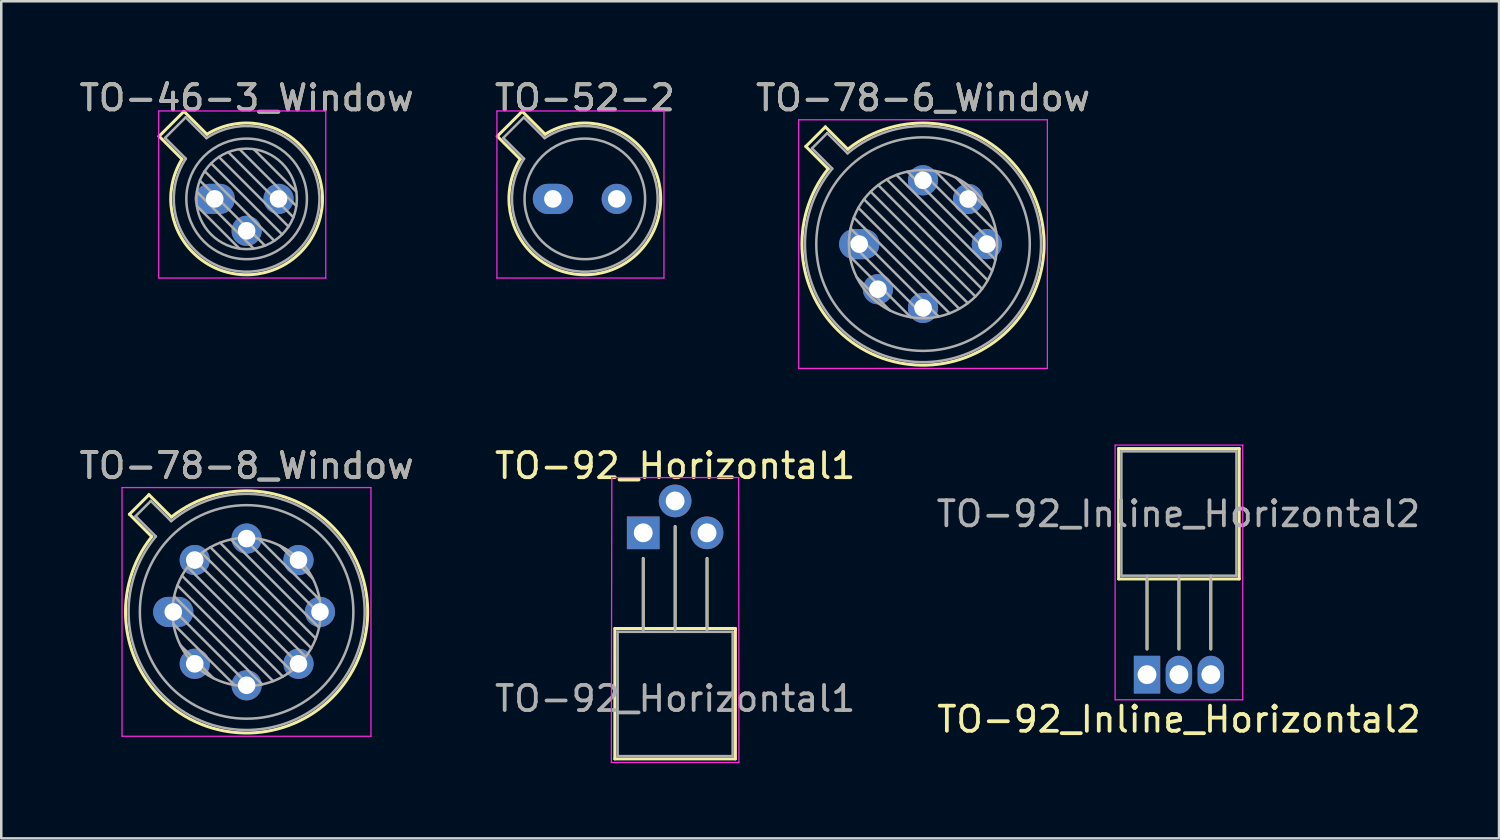
<source format=kicad_pcb>
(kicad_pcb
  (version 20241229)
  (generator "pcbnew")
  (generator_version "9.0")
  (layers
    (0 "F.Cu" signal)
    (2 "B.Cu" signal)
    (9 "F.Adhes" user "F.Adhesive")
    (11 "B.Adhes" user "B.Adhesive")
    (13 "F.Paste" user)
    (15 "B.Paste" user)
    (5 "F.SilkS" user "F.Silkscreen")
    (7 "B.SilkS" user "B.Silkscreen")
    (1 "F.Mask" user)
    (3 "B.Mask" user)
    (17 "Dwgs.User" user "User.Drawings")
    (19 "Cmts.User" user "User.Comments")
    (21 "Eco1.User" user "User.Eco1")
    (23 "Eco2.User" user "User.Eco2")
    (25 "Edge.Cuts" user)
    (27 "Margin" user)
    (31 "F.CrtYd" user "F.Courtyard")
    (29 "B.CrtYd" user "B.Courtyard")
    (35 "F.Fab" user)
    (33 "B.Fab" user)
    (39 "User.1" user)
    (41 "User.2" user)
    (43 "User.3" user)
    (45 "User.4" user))
  (footprint "TO-78-8_Window"
    (layer "F.Cu")
    (at 3.848 21.311)
    (property "Reference" "TO-78-8_Window" (at 2.92 -5.82 0) (layer "F.SilkS") (effects (font (size 1 1) (thickness 0.15))))
    (attr through_hole)
    (fp_line (start -1.746 -3.888) (end -0.855 -2.997) (stroke (width 0.12) (type solid)) (layer "F.SilkS"))
    (fp_line (start -0.968 -4.666) (end -1.746 -3.888) (stroke (width 0.12) (type solid)) (layer "F.SilkS"))
    (fp_line (start -0.077 -3.775) (end -0.968 -4.666) (stroke (width 0.12) (type solid)) (layer "F.SilkS"))
    (fp_arc (start -0.077084 -3.774902) (mid 6.328125 3.408384) (end -0.854674 -2.997371) (stroke (width 0.12) (type solid)) (layer "F.SilkS"))
    (fp_line (start -2.04 -4.95) (end -2.04 4.95) (stroke (width 0.05) (type solid)) (layer "F.CrtYd"))
    (fp_line (start -2.04 4.95) (end 7.87 4.95) (stroke (width 0.05) (type solid)) (layer "F.CrtYd"))
    (fp_line (start 7.87 -4.95) (end -2.04 -4.95) (stroke (width 0.05) (type solid)) (layer "F.CrtYd"))
    (fp_line (start 7.87 4.95) (end 7.87 -4.95) (stroke (width 0.05) (type solid)) (layer "F.CrtYd"))
    (fp_line (start -1.5 -3.812) (end -0.694 -3.005) (stroke (width 0.1) (type solid)) (layer "F.Fab"))
    (fp_line (start -0.892 -4.42) (end -1.5 -3.812) (stroke (width 0.1) (type solid)) (layer "F.Fab"))
    (fp_line (start -0.085 -3.614) (end -0.892 -4.42) (stroke (width 0.1) (type solid)) (layer "F.Fab"))
    (fp_line (start -0.028 -0.12) (end 3.04 2.948) (stroke (width 0.1) (type solid)) (layer "F.Fab"))
    (fp_line (start 0.009 0.485) (end 2.435 2.911) (stroke (width 0.1) (type solid)) (layer "F.Fab"))
    (fp_line (start 0.036 -0.622) (end 3.542 2.884) (stroke (width 0.1) (type solid)) (layer "F.Fab"))
    (fp_line (start 0.165 -1.058) (end 3.978 2.755) (stroke (width 0.1) (type solid)) (layer "F.Fab"))
    (fp_line (start 0.283 1.324) (end 1.596 2.637) (stroke (width 0.1) (type solid)) (layer "F.Fab"))
    (fp_line (start 0.346 -1.443) (end 4.363 2.574) (stroke (width 0.1) (type solid)) (layer "F.Fab"))
    (fp_line (start 0.57 -1.784) (end 4.704 2.35) (stroke (width 0.1) (type solid)) (layer "F.Fab"))
    (fp_line (start 0.834 -2.086) (end 5.006 2.086) (stroke (width 0.1) (type solid)) (layer "F.Fab"))
    (fp_line (start 1.136 -2.35) (end 5.27 1.784) (stroke (width 0.1) (type solid)) (layer "F.Fab"))
    (fp_line (start 1.477 -2.574) (end 5.494 1.443) (stroke (width 0.1) (type solid)) (layer "F.Fab"))
    (fp_line (start 1.862 -2.755) (end 5.675 1.058) (stroke (width 0.1) (type solid)) (layer "F.Fab"))
    (fp_line (start 2.298 -2.884) (end 5.804 0.622) (stroke (width 0.1) (type solid)) (layer "F.Fab"))
    (fp_line (start 2.8 -2.948) (end 5.868 0.12) (stroke (width 0.1) (type solid)) (layer "F.Fab"))
    (fp_line (start 3.405 -2.911) (end 5.831 -0.485) (stroke (width 0.1) (type solid)) (layer "F.Fab"))
    (fp_line (start 4.244 -2.637) (end 5.557 -1.324) (stroke (width 0.1) (type solid)) (layer "F.Fab"))
    (fp_arc (start -0.085408 -3.61352) (mid 6.243443 3.323361) (end -0.693594 -3.005319) (stroke (width 0.1) (type solid)) (layer "F.Fab"))
    (fp_circle (center 2.92 0) (end 5.87 0) (stroke (width 0.1) (type solid)) (fill no) (layer "F.Fab"))
    (fp_circle (center 2.92 0) (end 7.17 0) (stroke (width 0.1) (type solid)) (fill no) (layer "F.Fab"))
    (fp_text user "${REFERENCE}" (at 2.92 -5.82 0) (layer "F.Fab") (effects (font (size 1 1) (thickness 0.15))))
    (pad "1" thru_hole oval (at 0 0) (size 1.6 1.2) (drill 0.7) (layers "*.Cu" "*.Mask"))
    (pad "2" thru_hole oval (at 0.855 2.065) (size 1.2 1.2) (drill 0.7) (layers "*.Cu" "*.Mask"))
    (pad "3" thru_hole oval (at 2.92 2.92) (size 1.2 1.2) (drill 0.7) (layers "*.Cu" "*.Mask"))
    (pad "4" thru_hole oval (at 4.985 2.065) (size 1.2 1.2) (drill 0.7) (layers "*.Cu" "*.Mask"))
    (pad "5" thru_hole oval (at 5.84 0) (size 1.2 1.2) (drill 0.7) (layers "*.Cu" "*.Mask"))
    (pad "6" thru_hole oval (at 4.985 -2.065) (size 1.2 1.2) (drill 0.7) (layers "*.Cu" "*.Mask"))
    (pad "7" thru_hole oval (at 2.92 -2.92) (size 1.2 1.2) (drill 0.7) (layers "*.Cu" "*.Mask"))
    (pad "8" thru_hole oval (at 0.855 -2.065) (size 1.2 1.2) (drill 0.7) (layers "*.Cu" "*.Mask")))
  (footprint "TO-52-2"
    (layer "F.Cu")
    (at 18.962 4.868)
    (property "Reference" "TO-52-2" (at 1.27 -4.02 0) (layer "F.SilkS") (effects (font (size 1 1) (thickness 0.15))))
    (attr through_hole)
    (fp_line (start -2.214 -2.494) (end -1.302 -1.582) (stroke (width 0.12) (type solid)) (layer "F.SilkS"))
    (fp_line (start -1.224 -3.484) (end -2.214 -2.494) (stroke (width 0.12) (type solid)) (layer "F.SilkS"))
    (fp_line (start -0.312 -2.572) (end -1.224 -3.484) (stroke (width 0.12) (type solid)) (layer "F.SilkS"))
    (fp_arc (start -0.312331 -2.572281) (mid 3.405374 2.135551) (end -1.30215 -1.582544) (stroke (width 0.12) (type solid)) (layer "F.SilkS"))
    (fp_line (start -2.23 -3.5) (end -2.23 3.15) (stroke (width 0.05) (type solid)) (layer "F.CrtYd"))
    (fp_line (start -2.23 3.15) (end 4.42 3.15) (stroke (width 0.05) (type solid)) (layer "F.CrtYd"))
    (fp_line (start 4.42 -3.5) (end -2.23 -3.5) (stroke (width 0.05) (type solid)) (layer "F.CrtYd"))
    (fp_line (start 4.42 3.15) (end 4.42 -3.5) (stroke (width 0.05) (type solid)) (layer "F.CrtYd"))
    (fp_line (start -1.977 -2.426) (end -1.149 -1.599) (stroke (width 0.1) (type solid)) (layer "F.Fab"))
    (fp_line (start -1.156 -3.247) (end -1.977 -2.426) (stroke (width 0.1) (type solid)) (layer "F.Fab"))
    (fp_line (start -0.329 -2.419) (end -1.156 -3.247) (stroke (width 0.1) (type solid)) (layer "F.Fab"))
    (fp_arc (start -0.329057 -2.419301) (mid 3.321076 2.050143) (end -1.150029 -1.597956) (stroke (width 0.1) (type solid)) (layer "F.Fab"))
    (fp_circle (center 1.27 0) (end 3.67 0) (stroke (width 0.1) (type solid)) (fill no) (layer "F.Fab"))
    (fp_text user "${REFERENCE}" (at 1.27 -4.02 0) (layer "F.Fab") (effects (font (size 1 1) (thickness 0.15))))
    (pad "1" thru_hole oval (at 0 0) (size 1.6 1.2) (drill 0.7) (layers "*.Cu" "*.Mask"))
    (pad "2" thru_hole oval (at 2.54 0) (size 1.2 1.2) (drill 0.7) (layers "*.Cu" "*.Mask")))
  (footprint "TO-78-6_Window"
    (layer "F.Cu")
    (at 31.156 6.668)
    (property "Reference" "TO-78-6_Window" (at 2.54 -5.82 0) (layer "F.SilkS") (effects (font (size 1 1) (thickness 0.15))))
    (attr through_hole)
    (fp_line (start -2.126 -3.888) (end -1.235 -2.997) (stroke (width 0.12) (type solid)) (layer "F.SilkS"))
    (fp_line (start -1.348 -4.666) (end -2.126 -3.888) (stroke (width 0.12) (type solid)) (layer "F.SilkS"))
    (fp_line (start -0.457 -3.775) (end -1.348 -4.666) (stroke (width 0.12) (type solid)) (layer "F.SilkS"))
    (fp_arc (start -0.457084 -3.774902) (mid 5.948125 3.408384) (end -1.234674 -2.997371) (stroke (width 0.12) (type solid)) (layer "F.SilkS"))
    (fp_line (start -2.41 -4.95) (end -2.41 4.95) (stroke (width 0.05) (type solid)) (layer "F.CrtYd"))
    (fp_line (start -2.41 4.95) (end 7.49 4.95) (stroke (width 0.05) (type solid)) (layer "F.CrtYd"))
    (fp_line (start 7.49 -4.95) (end -2.41 -4.95) (stroke (width 0.05) (type solid)) (layer "F.CrtYd"))
    (fp_line (start 7.49 4.95) (end 7.49 -4.95) (stroke (width 0.05) (type solid)) (layer "F.CrtYd"))
    (fp_line (start -1.88 -3.812) (end -1.074 -3.005) (stroke (width 0.1) (type solid)) (layer "F.Fab"))
    (fp_line (start -1.272 -4.42) (end -1.88 -3.812) (stroke (width 0.1) (type solid)) (layer "F.Fab"))
    (fp_line (start -0.465 -3.614) (end -1.272 -4.42) (stroke (width 0.1) (type solid)) (layer "F.Fab"))
    (fp_line (start -0.408 -0.12) (end 2.66 2.948) (stroke (width 0.1) (type solid)) (layer "F.Fab"))
    (fp_line (start -0.371 0.485) (end 2.055 2.911) (stroke (width 0.1) (type solid)) (layer "F.Fab"))
    (fp_line (start -0.344 -0.622) (end 3.162 2.884) (stroke (width 0.1) (type solid)) (layer "F.Fab"))
    (fp_line (start -0.215 -1.058) (end 3.598 2.755) (stroke (width 0.1) (type solid)) (layer "F.Fab"))
    (fp_line (start -0.097 1.324) (end 1.216 2.637) (stroke (width 0.1) (type solid)) (layer "F.Fab"))
    (fp_line (start -0.034 -1.443) (end 3.983 2.574) (stroke (width 0.1) (type solid)) (layer "F.Fab"))
    (fp_line (start 0.19 -1.784) (end 4.324 2.35) (stroke (width 0.1) (type solid)) (layer "F.Fab"))
    (fp_line (start 0.454 -2.086) (end 4.626 2.086) (stroke (width 0.1) (type solid)) (layer "F.Fab"))
    (fp_line (start 0.756 -2.35) (end 4.89 1.784) (stroke (width 0.1) (type solid)) (layer "F.Fab"))
    (fp_line (start 1.097 -2.574) (end 5.114 1.443) (stroke (width 0.1) (type solid)) (layer "F.Fab"))
    (fp_line (start 1.482 -2.755) (end 5.295 1.058) (stroke (width 0.1) (type solid)) (layer "F.Fab"))
    (fp_line (start 1.918 -2.884) (end 5.424 0.622) (stroke (width 0.1) (type solid)) (layer "F.Fab"))
    (fp_line (start 2.42 -2.948) (end 5.488 0.12) (stroke (width 0.1) (type solid)) (layer "F.Fab"))
    (fp_line (start 3.025 -2.911) (end 5.451 -0.485) (stroke (width 0.1) (type solid)) (layer "F.Fab"))
    (fp_line (start 3.864 -2.637) (end 5.177 -1.324) (stroke (width 0.1) (type solid)) (layer "F.Fab"))
    (fp_arc (start -0.465408 -3.61352) (mid 5.863443 3.323361) (end -1.073594 -3.005319) (stroke (width 0.1) (type solid)) (layer "F.Fab"))
    (fp_circle (center 2.54 0) (end 5.49 0) (stroke (width 0.1) (type solid)) (fill no) (layer "F.Fab"))
    (fp_circle (center 2.54 0) (end 6.79 0) (stroke (width 0.1) (type solid)) (fill no) (layer "F.Fab"))
    (fp_text user "${REFERENCE}" (at 2.54 -5.82 0) (layer "F.Fab") (effects (font (size 1 1) (thickness 0.15))))
    (pad "1" thru_hole oval (at 0 0) (size 1.6 1.2) (drill 0.7) (layers "*.Cu" "*.Mask"))
    (pad "2" thru_hole oval (at 0.744 1.796) (size 1.2 1.2) (drill 0.7) (layers "*.Cu" "*.Mask"))
    (pad "3" thru_hole oval (at 2.54 2.54) (size 1.2 1.2) (drill 0.7) (layers "*.Cu" "*.Mask"))
    (pad "4" thru_hole oval (at 5.08 0) (size 1.2 1.2) (drill 0.7) (layers "*.Cu" "*.Mask"))
    (pad "5" thru_hole oval (at 4.336 -1.796) (size 1.2 1.2) (drill 0.7) (layers "*.Cu" "*.Mask"))
    (pad "6" thru_hole oval (at 2.54 -2.54) (size 1.2 1.2) (drill 0.7) (layers "*.Cu" "*.Mask")))
  (footprint "TO-46-3_Window"
    (layer "F.Cu")
    (at 5.498 4.868)
    (property "Reference" "TO-46-3_Window" (at 1.27 -4.02 0) (layer "F.SilkS") (effects (font (size 1 1) (thickness 0.15))))
    (attr through_hole)
    (fp_line (start -2.214 -2.494) (end -1.302 -1.582) (stroke (width 0.12) (type solid)) (layer "F.SilkS"))
    (fp_line (start -1.224 -3.484) (end -2.214 -2.494) (stroke (width 0.12) (type solid)) (layer "F.SilkS"))
    (fp_line (start -0.312 -2.572) (end -1.224 -3.484) (stroke (width 0.12) (type solid)) (layer "F.SilkS"))
    (fp_arc (start -0.312331 -2.572281) (mid 3.405374 2.135551) (end -1.30215 -1.582544) (stroke (width 0.12) (type solid)) (layer "F.SilkS"))
    (fp_line (start -2.23 -3.5) (end -2.23 3.15) (stroke (width 0.05) (type solid)) (layer "F.CrtYd"))
    (fp_line (start -2.23 3.15) (end 4.42 3.15) (stroke (width 0.05) (type solid)) (layer "F.CrtYd"))
    (fp_line (start 4.42 -3.5) (end -2.23 -3.5) (stroke (width 0.05) (type solid)) (layer "F.CrtYd"))
    (fp_line (start 4.42 3.15) (end 4.42 -3.5) (stroke (width 0.05) (type solid)) (layer "F.CrtYd"))
    (fp_line (start -1.977 -2.426) (end -1.149 -1.599) (stroke (width 0.1) (type solid)) (layer "F.Fab"))
    (fp_line (start -1.156 -3.247) (end -1.977 -2.426) (stroke (width 0.1) (type solid)) (layer "F.Fab"))
    (fp_line (start -0.71 -0.283) (end 1.553 1.98) (stroke (width 0.1) (type solid)) (layer "F.Fab"))
    (fp_line (start -0.71 0.283) (end 0.987 1.98) (stroke (width 0.1) (type solid)) (layer "F.Fab"))
    (fp_line (start -0.592 -0.731) (end 2.001 1.862) (stroke (width 0.1) (type solid)) (layer "F.Fab"))
    (fp_line (start -0.399 -1.103) (end 2.373 1.669) (stroke (width 0.1) (type solid)) (layer "F.Fab"))
    (fp_line (start -0.329 -2.419) (end -1.156 -3.247) (stroke (width 0.1) (type solid)) (layer "F.Fab"))
    (fp_line (start -0.145 -1.415) (end 2.685 1.415) (stroke (width 0.1) (type solid)) (layer "F.Fab"))
    (fp_line (start 0.167 -1.669) (end 2.939 1.103) (stroke (width 0.1) (type solid)) (layer "F.Fab"))
    (fp_line (start 0.539 -1.862) (end 3.132 0.731) (stroke (width 0.1) (type solid)) (layer "F.Fab"))
    (fp_line (start 0.987 -1.98) (end 3.25 0.283) (stroke (width 0.1) (type solid)) (layer "F.Fab"))
    (fp_line (start 1.553 -1.98) (end 3.25 -0.283) (stroke (width 0.1) (type solid)) (layer "F.Fab"))
    (fp_arc (start -0.329057 -2.419301) (mid 3.321076 2.050143) (end -1.150029 -1.597956) (stroke (width 0.1) (type solid)) (layer "F.Fab"))
    (fp_circle (center 1.27 0) (end 3.27 0) (stroke (width 0.1) (type solid)) (fill no) (layer "F.Fab"))
    (fp_circle (center 1.27 0) (end 3.67 0) (stroke (width 0.1) (type solid)) (fill no) (layer "F.Fab"))
    (fp_text user "${REFERENCE}" (at 1.27 -4.02 0) (layer "F.Fab") (effects (font (size 1 1) (thickness 0.15))))
    (pad "1" thru_hole oval (at 0 0) (size 1.6 1.2) (drill 0.7) (layers "*.Cu" "*.Mask"))
    (pad "2" thru_hole oval (at 1.27 1.27) (size 1.2 1.2) (drill 0.7) (layers "*.Cu" "*.Mask"))
    (pad "3" thru_hole oval (at 2.54 0) (size 1.2 1.2) (drill 0.7) (layers "*.Cu" "*.Mask")))
  (footprint "TO-92_Horizontal1"
    (layer "F.Cu")
    (at 22.557 18.162)
    (property "Reference" "TO-92_Horizontal1" (at 1.27 -2.67 0) (layer "F.SilkS") (effects (font (size 1 1) (thickness 0.15))))
    (attr through_hole)
    (fp_line (start -1.13 3.81) (end 3.67 3.81) (stroke (width 0.12) (type solid)) (layer "F.SilkS"))
    (fp_line (start -1.13 9) (end -1.13 3.81) (stroke (width 0.12) (type solid)) (layer "F.SilkS"))
    (fp_line (start 0 1.02) (end 0 3.81) (stroke (width 0.12) (type solid)) (layer "F.SilkS"))
    (fp_line (start 1.27 -0.25) (end 1.27 3.81) (stroke (width 0.12) (type solid)) (layer "F.SilkS"))
    (fp_line (start 2.54 1.02) (end 2.54 3.81) (stroke (width 0.12) (type solid)) (layer "F.SilkS"))
    (fp_line (start 3.67 3.81) (end 3.67 9) (stroke (width 0.12) (type solid)) (layer "F.SilkS"))
    (fp_line (start 3.67 9) (end -1.13 9) (stroke (width 0.12) (type solid)) (layer "F.SilkS"))
    (fp_line (start -1.25 -2.2) (end -1.27 9.14) (stroke (width 0.05) (type solid)) (layer "F.CrtYd"))
    (fp_line (start -1.25 -2.2) (end 3.8 -2.2) (stroke (width 0.05) (type solid)) (layer "F.CrtYd"))
    (fp_line (start 3.81 9.14) (end -1.27 9.14) (stroke (width 0.05) (type solid)) (layer "F.CrtYd"))
    (fp_line (start 3.81 9.14) (end 3.8 -2.2) (stroke (width 0.05) (type solid)) (layer "F.CrtYd"))
    (fp_line (start -1.02 3.94) (end 3.56 3.94) (stroke (width 0.1) (type solid)) (layer "F.Fab"))
    (fp_line (start -1.02 8.89) (end -1.02 3.94) (stroke (width 0.1) (type solid)) (layer "F.Fab"))
    (fp_line (start 0 3.94) (end 0 1.02) (stroke (width 0.1) (type solid)) (layer "F.Fab"))
    (fp_line (start 1.27 3.94) (end 1.27 -0.25) (stroke (width 0.1) (type solid)) (layer "F.Fab"))
    (fp_line (start 2.54 3.94) (end 2.54 1.02) (stroke (width 0.1) (type solid)) (layer "F.Fab"))
    (fp_line (start 3.56 3.94) (end 3.56 8.89) (stroke (width 0.1) (type solid)) (layer "F.Fab"))
    (fp_line (start 3.56 8.89) (end -1.02 8.89) (stroke (width 0.1) (type solid)) (layer "F.Fab"))
    (fp_text user "${REFERENCE}" (at 1.27 6.6 0) (layer "F.Fab") (effects (font (size 1 1) (thickness 0.15))))
    (pad "1" thru_hole rect (at 0 0 90) (size 1.3 1.3) (drill 0.75) (layers "*.Cu" "*.Mask"))
    (pad "2" thru_hole circle (at 1.27 -1.27 90) (size 1.3 1.3) (drill 0.75) (layers "*.Cu" "*.Mask"))
    (pad "3" thru_hole circle (at 2.54 0 90) (size 1.3 1.3) (drill 0.75) (layers "*.Cu" "*.Mask")))
  (footprint "TO-92_Inline_Horizontal2"
    (layer "F.Cu")
    (at 42.613 23.808)
    (property "Reference" "TO-92_Inline_Horizontal2" (at 1.27 1.78 0) (layer "F.SilkS") (effects (font (size 1 1) (thickness 0.15))))
    (attr through_hole)
    (fp_line (start -1.13 -9) (end -1.13 -3.81) (stroke (width 0.12) (type solid)) (layer "F.SilkS"))
    (fp_line (start -1.13 -3.81) (end 3.67 -3.81) (stroke (width 0.12) (type solid)) (layer "F.SilkS"))
    (fp_line (start 0 -1.02) (end 0 -3.81) (stroke (width 0.12) (type solid)) (layer "F.SilkS"))
    (fp_line (start 1.27 -1.02) (end 1.27 -3.81) (stroke (width 0.12) (type solid)) (layer "F.SilkS"))
    (fp_line (start 2.54 -1.02) (end 2.54 -3.81) (stroke (width 0.12) (type solid)) (layer "F.SilkS"))
    (fp_line (start 3.67 -9) (end -1.13 -9) (stroke (width 0.12) (type solid)) (layer "F.SilkS"))
    (fp_line (start 3.67 -3.81) (end 3.67 -9) (stroke (width 0.12) (type solid)) (layer "F.SilkS"))
    (fp_line (start -1.27 -9.14) (end -1.27 1) (stroke (width 0.05) (type solid)) (layer "F.CrtYd"))
    (fp_line (start -1.27 -9.14) (end 3.81 -9.14) (stroke (width 0.05) (type solid)) (layer "F.CrtYd"))
    (fp_line (start 3.81 1) (end -1.27 1) (stroke (width 0.05) (type solid)) (layer "F.CrtYd"))
    (fp_line (start 3.81 1) (end 3.81 -9.14) (stroke (width 0.05) (type solid)) (layer "F.CrtYd"))
    (fp_line (start -1.02 -8.89) (end -1.02 -3.94) (stroke (width 0.1) (type solid)) (layer "F.Fab"))
    (fp_line (start -1.02 -3.94) (end 3.56 -3.94) (stroke (width 0.1) (type solid)) (layer "F.Fab"))
    (fp_line (start 0 -3.94) (end 0 -1.02) (stroke (width 0.1) (type solid)) (layer "F.Fab"))
    (fp_line (start 1.27 -3.94) (end 1.27 -1.02) (stroke (width 0.1) (type solid)) (layer "F.Fab"))
    (fp_line (start 2.54 -3.94) (end 2.54 -1.02) (stroke (width 0.1) (type solid)) (layer "F.Fab"))
    (fp_line (start 3.56 -8.89) (end -1.02 -8.89) (stroke (width 0.1) (type solid)) (layer "F.Fab"))
    (fp_line (start 3.56 -3.94) (end 3.56 -8.89) (stroke (width 0.1) (type solid)) (layer "F.Fab"))
    (fp_text user "${REFERENCE}" (at 1.25 -6.4 0) (layer "F.Fab") (effects (font (size 1 1) (thickness 0.15))))
    (pad "1" thru_hole rect (at 0 0) (size 1.05 1.5) (drill 0.75) (layers "*.Cu" "*.Mask"))
    (pad "2" thru_hole oval (at 1.27 0) (size 1.05 1.5) (drill 0.75) (layers "*.Cu" "*.Mask"))
    (pad "3" thru_hole oval (at 2.54 0) (size 1.05 1.5) (drill 0.75) (layers "*.Cu" "*.Mask")))
  (gr_rect
    (start -3 -3)
    (end 56.627 30.326)
    (stroke (width 0.1) (type default))
    (fill no)
    (layer "Edge.Cuts")))
</source>
